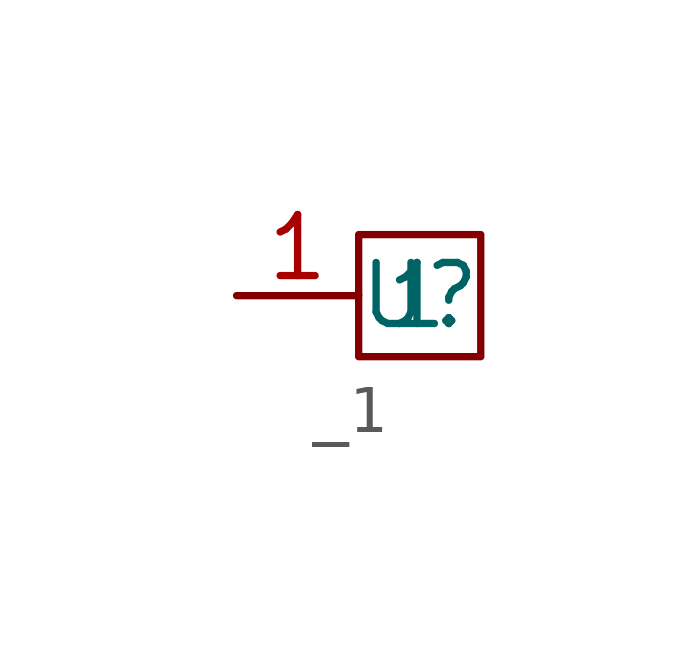
<source format=kicad_sym>
(kicad_symbol_lib
  (version 20241209)
  (generator "kicad_symbol_editor")
  (generator_version "9.0")
  (symbol "_1"
    (property "Reference" "U"
      (at 0 0 0)
      (effects (font (size 1.27 1.27))))
    (property "Value" ""
      (at 0 0 0)
      (effects (font (size 1.27 1.27))))
    (symbol "_1_0_1"
      (rectangle (start -1.27 1.27) (end 1.27 -1.27) (stroke (width 0) (type default)) (fill (type none))))
    (symbol "_1_1_1"
      (pin bidirectional line (at -3.81 0 0) (length 2.54) (name "1" (effects (font (size 1.27 1.27)))) (number "1" (effects (font (size 1.27 1.27))))))))
</source>
